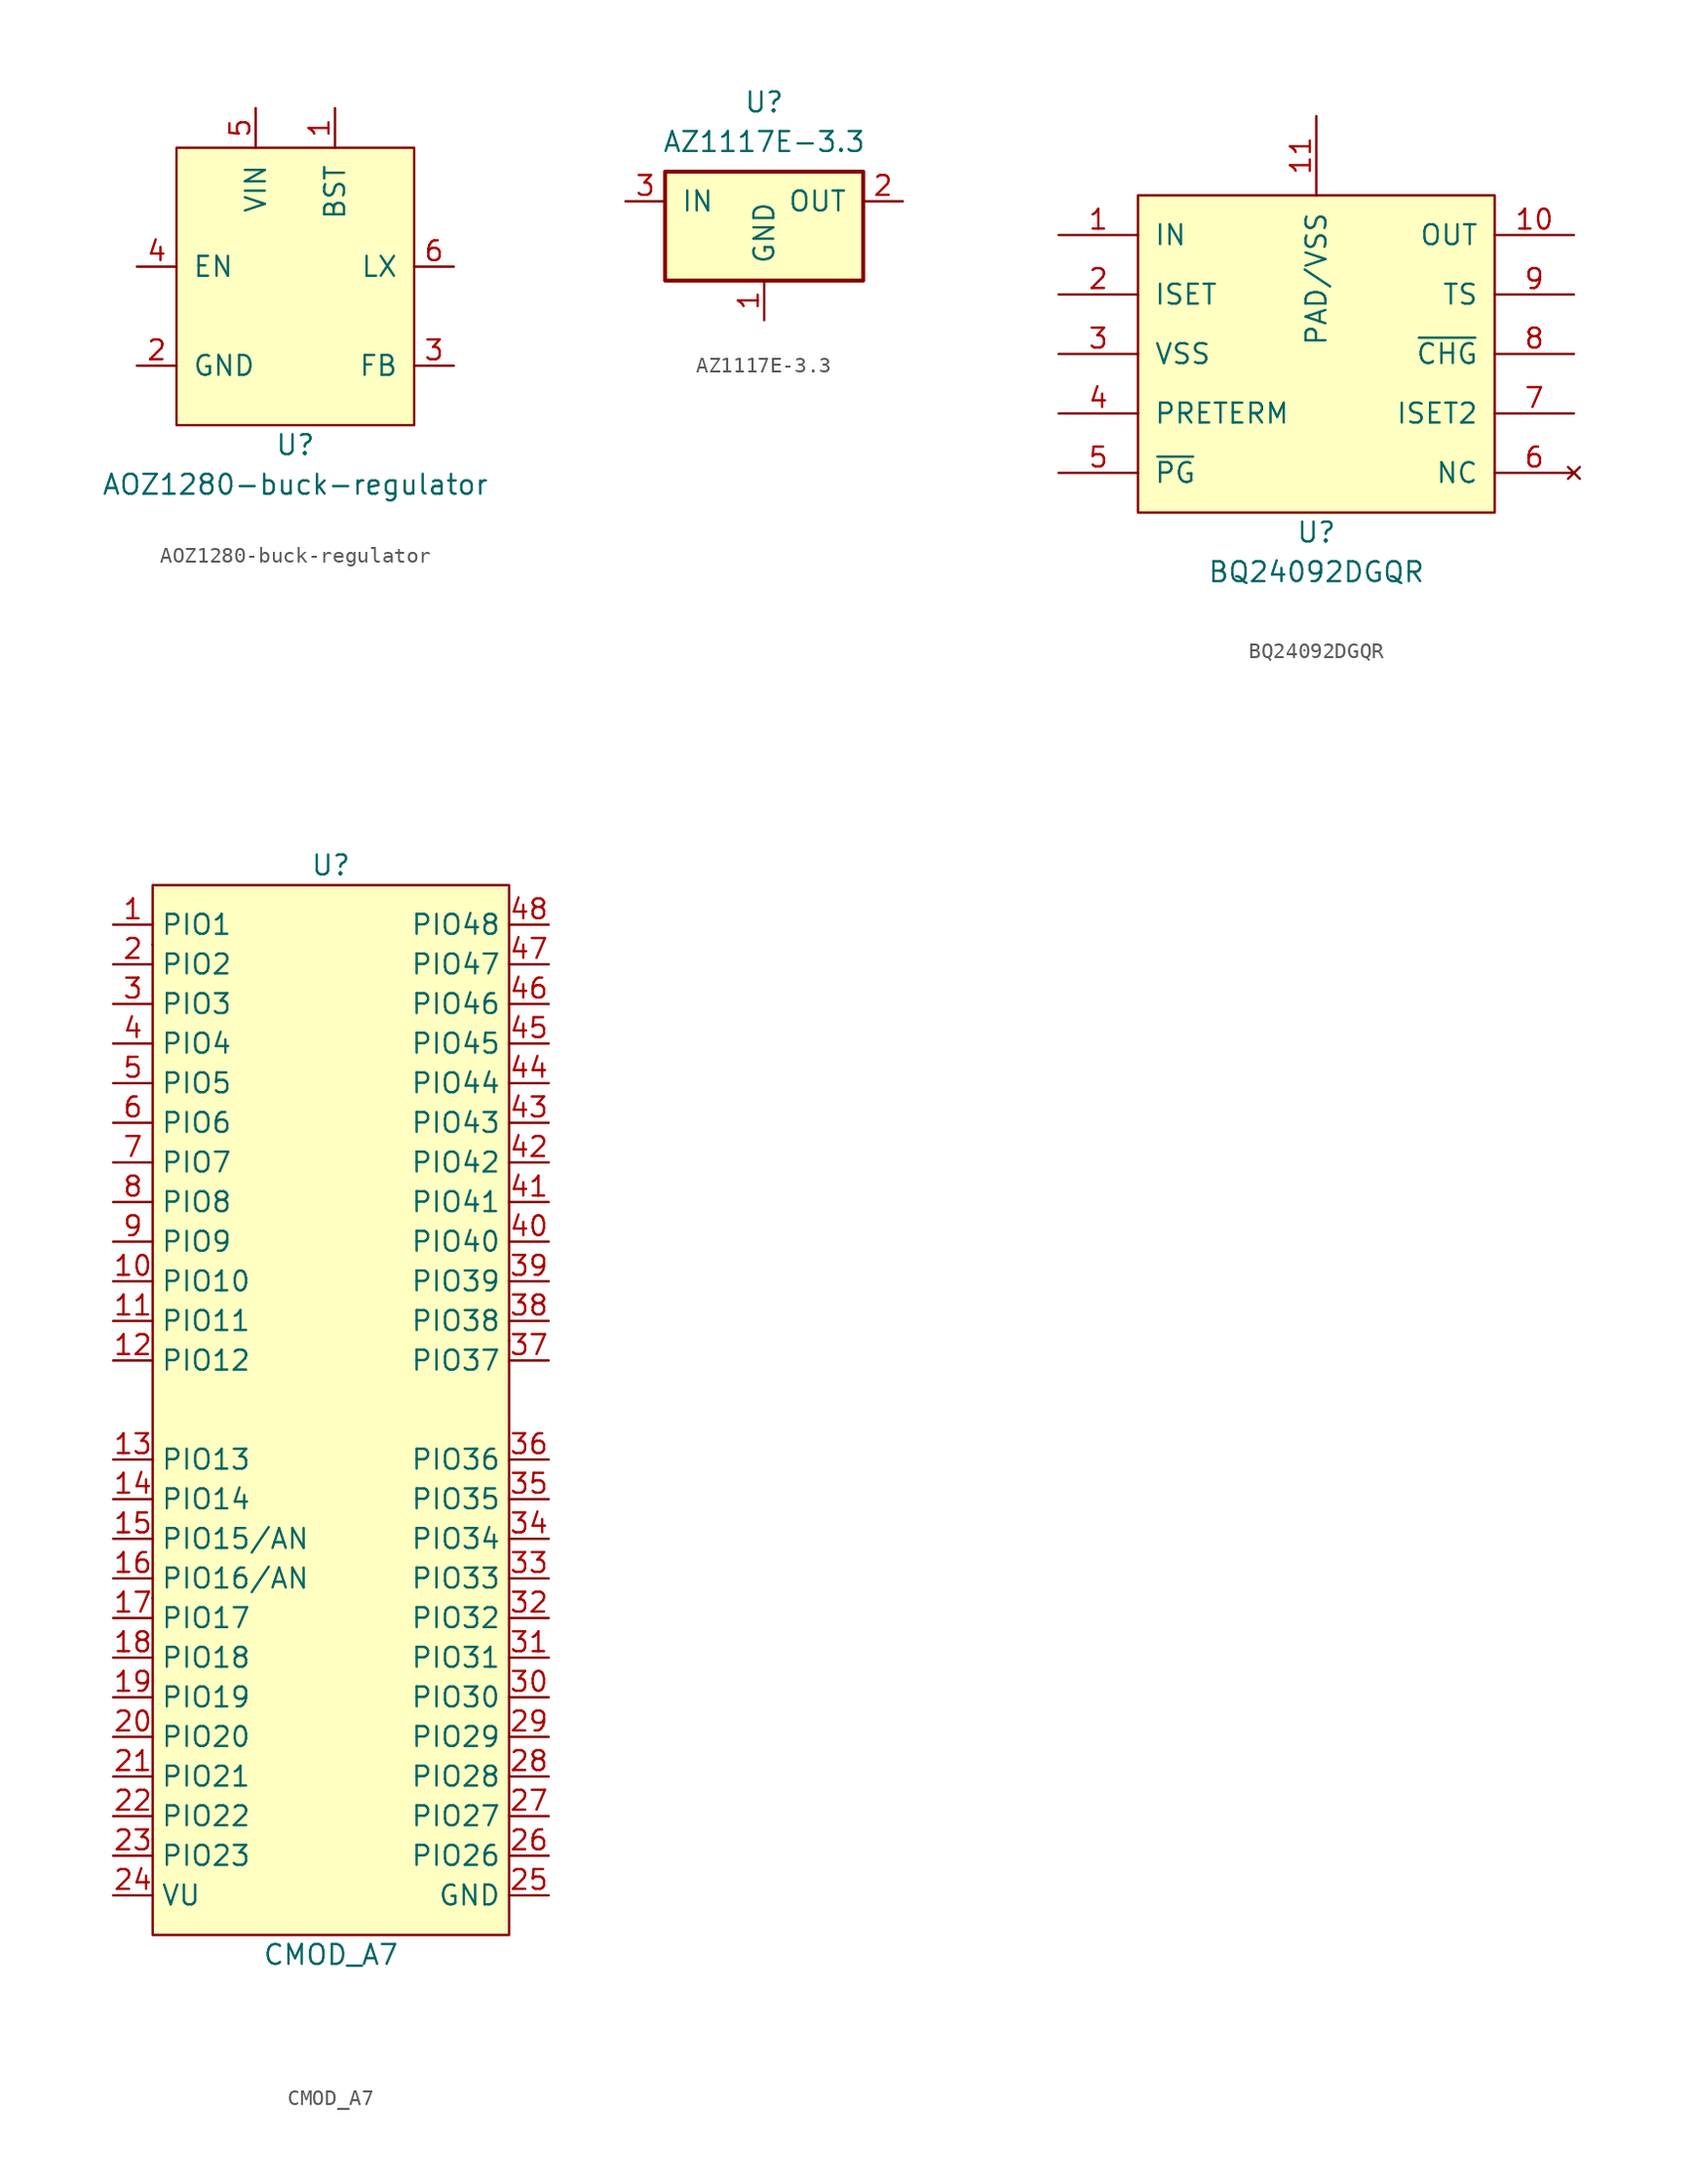
<source format=kicad_sym>
(kicad_symbol_lib
  (version 20211014)
  (generator kicad_symbol_editor)
  (symbol "AOZ1280-buck-regulator"
    (pin_names
      (offset 1.016))
    (property "Reference" "U"
      (at 0 -8.89 0)
      (effects (font (size 1.27 1.27))))
    (property "Value" "AOZ1280-buck-regulator"
      (at 0 -11.43 0)
      (effects (font (size 1.27 1.27))))
    (symbol "AOZ1280-buck-regulator_0_1"
      (rectangle (start 7.62 -7.62) (end -7.62 10.16) (stroke (width 0) (type default) (color 0 0 0 0)) (fill (type background))))
    (symbol "AOZ1280-buck-regulator_1_1"
      (pin input line (at 2.54 12.7 270) (length 2.54) (name "BST" (effects (font (size 1.27 1.27)))) (number "1" (effects (font (size 1.27 1.27)))))
      (pin power_in line (at -10.16 -3.81 0) (length 2.54) (name "GND" (effects (font (size 1.27 1.27)))) (number "2" (effects (font (size 1.27 1.27)))))
      (pin input line (at 10.16 -3.81 180) (length 2.54) (name "FB" (effects (font (size 1.27 1.27)))) (number "3" (effects (font (size 1.27 1.27)))))
      (pin input line (at -10.16 2.54 0) (length 2.54) (name "EN" (effects (font (size 1.27 1.27)))) (number "4" (effects (font (size 1.27 1.27)))))
      (pin power_in line (at -2.54 12.7 270) (length 2.54) (name "VIN" (effects (font (size 1.27 1.27)))) (number "5" (effects (font (size 1.27 1.27)))))
      (pin power_out line (at 10.16 2.54 180) (length 2.54) (name "LX" (effects (font (size 1.27 1.27)))) (number "6" (effects (font (size 1.27 1.27)))))))
  (symbol "AZ1117E-3.3"
    (pin_names
      (offset 1.016))
    (property "Reference" "U"
      (at 0 7.62 0)
      (effects (font (size 1.27 1.27))))
    (property "Value" "AZ1117E-3.3"
      (at 0 5.08 0)
      (effects (font (size 1.27 1.27))))
    (symbol "AZ1117E-3.3_1_1"
      (rectangle (start -6.35 3.175) (end 6.35 -3.81) (stroke (width 0.254) (type default) (color 0 0 0 0)) (fill (type background)))
      (pin power_in line (at 0 -6.35 90) (length 2.54) (name "GND" (effects (font (size 1.27 1.27)))) (number "1" (effects (font (size 1.27 1.27)))))
      (pin power_out line (at 8.89 1.27 180) (length 2.54) (name "OUT" (effects (font (size 1.27 1.27)))) (number "2" (effects (font (size 1.27 1.27)))))
      (pin power_in line (at -8.89 1.27 0) (length 2.54) (name "IN" (effects (font (size 1.27 1.27)))) (number "3" (effects (font (size 1.27 1.27)))))))
  (symbol "BQ24092DGQR"
    (pin_names
      (offset 1.016))
    (property "Reference" "U"
      (at 0 -11.43 0)
      (effects (font (size 1.27 1.27))))
    (property "Value" "BQ24092DGQR"
      (at 0 -13.97 0)
      (effects (font (size 1.27 1.27))))
    (symbol "BQ24092DGQR_0_1"
      (rectangle (start -11.43 10.16) (end 11.43 -10.16) (stroke (width 0) (type default) (color 0 0 0 0)) (fill (type background))))
    (symbol "BQ24092DGQR_1_1"
      (pin power_in line (at -16.51 7.62 0) (length 5.08) (name "IN" (effects (font (size 1.27 1.27)))) (number "1" (effects (font (size 1.27 1.27)))))
      (pin power_out line (at 16.51 7.62 180) (length 5.08) (name "OUT" (effects (font (size 1.27 1.27)))) (number "10" (effects (font (size 1.27 1.27)))))
      (pin power_in line (at 0 15.24 270) (length 5.08) (name "PAD/VSS" (effects (font (size 1.27 1.27)))) (number "11" (effects (font (size 1.27 1.27)))))
      (pin passive line (at -16.51 3.81 0) (length 5.08) (name "ISET" (effects (font (size 1.27 1.27)))) (number "2" (effects (font (size 1.27 1.27)))))
      (pin power_in line (at -16.51 0 0) (length 5.08) (name "VSS" (effects (font (size 1.27 1.27)))) (number "3" (effects (font (size 1.27 1.27)))))
      (pin passive line (at -16.51 -3.81 0) (length 5.08) (name "PRETERM" (effects (font (size 1.27 1.27)))) (number "4" (effects (font (size 1.27 1.27)))))
      (pin passive line (at -16.51 -7.62 0) (length 5.08) (name "~{PG}" (effects (font (size 1.27 1.27)))) (number "5" (effects (font (size 1.27 1.27)))))
      (pin no_connect line (at 16.51 -7.62 180) (length 5.08) (name "NC" (effects (font (size 1.27 1.27)))) (number "6" (effects (font (size 1.27 1.27)))))
      (pin passive line (at 16.51 -3.81 180) (length 5.08) (name "ISET2" (effects (font (size 1.27 1.27)))) (number "7" (effects (font (size 1.27 1.27)))))
      (pin passive line (at 16.51 0 180) (length 5.08) (name "~{CHG}" (effects (font (size 1.27 1.27)))) (number "8" (effects (font (size 1.27 1.27)))))
      (pin passive line (at 16.51 3.81 180) (length 5.08) (name "TS" (effects (font (size 1.27 1.27)))) (number "9" (effects (font (size 1.27 1.27)))))))
  (symbol "CMOD_A7"
    (property "Reference" "U"
      (at 0 34.29 0)
      (effects (font (size 1.27 1.27))))
    (property "Value" "CMOD_A7"
      (at 0 -35.56 0)
      (effects (font (size 1.27 1.27))))
    (symbol "CMOD_A7_0_1"
      (rectangle (start -11.43 -12.7) (end -11.43 -12.7) (stroke (width 0.152) (type default) (color 0 0 0 0)) (fill (type none)))
      (rectangle (start -11.43 -12.7) (end -11.43 -12.7) (stroke (width 0.152) (type default) (color 0 0 0 0)) (fill (type background)))
      (rectangle (start -11.43 29.21) (end -11.43 29.21) (stroke (width 0.152) (type default) (color 0 0 0 0)) (fill (type none)))
      (rectangle (start -11.43 29.21) (end -11.43 29.21) (stroke (width 0.152) (type default) (color 0 0 0 0)) (fill (type background)))
      (rectangle (start -11.43 33.02) (end 11.43 -34.29) (stroke (width 0.152) (type default) (color 0 0 0 0)) (fill (type background)))
      (rectangle (start 11.43 3.81) (end 11.43 3.81) (stroke (width 0.152) (type default) (color 0 0 0 0)) (fill (type none)))
      (rectangle (start 11.43 3.81) (end 11.43 3.81) (stroke (width 0.152) (type default) (color 0 0 0 0)) (fill (type background))))
    (symbol "CMOD_A7_1_1"
      (pin bidirectional line (at -13.97 30.48 0) (length 2.54) (name "PIO1" (effects (font (size 1.27 1.27)))) (number "1" (effects (font (size 1.27 1.27)))))
      (pin bidirectional line (at -13.97 7.62 0) (length 2.54) (name "PIO10" (effects (font (size 1.27 1.27)))) (number "10" (effects (font (size 1.27 1.27)))))
      (pin bidirectional line (at -13.97 5.08 0) (length 2.54) (name "PIO11" (effects (font (size 1.27 1.27)))) (number "11" (effects (font (size 1.27 1.27)))))
      (pin bidirectional line (at -13.97 2.54 0) (length 2.54) (name "PIO12" (effects (font (size 1.27 1.27)))) (number "12" (effects (font (size 1.27 1.27)))))
      (pin bidirectional line (at -13.97 -3.81 0) (length 2.54) (name "PIO13" (effects (font (size 1.27 1.27)))) (number "13" (effects (font (size 1.27 1.27)))))
      (pin bidirectional line (at -13.97 -6.35 0) (length 2.54) (name "PIO14" (effects (font (size 1.27 1.27)))) (number "14" (effects (font (size 1.27 1.27)))))
      (pin input line (at -13.97 -8.89 0) (length 2.54) (name "PIO15/AN" (effects (font (size 1.27 1.27)))) (number "15" (effects (font (size 1.27 1.27)))))
      (pin input line (at -13.97 -11.43 0) (length 2.54) (name "PIO16/AN" (effects (font (size 1.27 1.27)))) (number "16" (effects (font (size 1.27 1.27)))))
      (pin bidirectional line (at -13.97 -13.97 0) (length 2.54) (name "PIO17" (effects (font (size 1.27 1.27)))) (number "17" (effects (font (size 1.27 1.27)))))
      (pin bidirectional line (at -13.97 -16.51 0) (length 2.54) (name "PIO18" (effects (font (size 1.27 1.27)))) (number "18" (effects (font (size 1.27 1.27)))))
      (pin bidirectional line (at -13.97 -19.05 0) (length 2.54) (name "PIO19" (effects (font (size 1.27 1.27)))) (number "19" (effects (font (size 1.27 1.27)))))
      (pin bidirectional line (at -13.97 27.94 0) (length 2.54) (name "PIO2" (effects (font (size 1.27 1.27)))) (number "2" (effects (font (size 1.27 1.27)))))
      (pin bidirectional line (at -13.97 -21.59 0) (length 2.54) (name "PIO20" (effects (font (size 1.27 1.27)))) (number "20" (effects (font (size 1.27 1.27)))))
      (pin bidirectional line (at -13.97 -24.13 0) (length 2.54) (name "PIO21" (effects (font (size 1.27 1.27)))) (number "21" (effects (font (size 1.27 1.27)))))
      (pin bidirectional line (at -13.97 -26.67 0) (length 2.54) (name "PIO22" (effects (font (size 1.27 1.27)))) (number "22" (effects (font (size 1.27 1.27)))))
      (pin bidirectional line (at -13.97 -29.21 0) (length 2.54) (name "PIO23" (effects (font (size 1.27 1.27)))) (number "23" (effects (font (size 1.27 1.27)))))
      (pin power_in line (at -13.97 -31.75 0) (length 2.54) (name "VU" (effects (font (size 1.27 1.27)))) (number "24" (effects (font (size 1.27 1.27)))))
      (pin power_in line (at 13.97 -31.75 180) (length 2.54) (name "GND" (effects (font (size 1.27 1.27)))) (number "25" (effects (font (size 1.27 1.27)))))
      (pin bidirectional line (at 13.97 -29.21 180) (length 2.54) (name "PIO26" (effects (font (size 1.27 1.27)))) (number "26" (effects (font (size 1.27 1.27)))))
      (pin bidirectional line (at 13.97 -26.67 180) (length 2.54) (name "PIO27" (effects (font (size 1.27 1.27)))) (number "27" (effects (font (size 1.27 1.27)))))
      (pin bidirectional line (at 13.97 -24.13 180) (length 2.54) (name "PIO28" (effects (font (size 1.27 1.27)))) (number "28" (effects (font (size 1.27 1.27)))))
      (pin bidirectional line (at 13.97 -21.59 180) (length 2.54) (name "PIO29" (effects (font (size 1.27 1.27)))) (number "29" (effects (font (size 1.27 1.27)))))
      (pin bidirectional line (at -13.97 25.4 0) (length 2.54) (name "PIO3" (effects (font (size 1.27 1.27)))) (number "3" (effects (font (size 1.27 1.27)))))
      (pin bidirectional line (at 13.97 -19.05 180) (length 2.54) (name "PIO30" (effects (font (size 1.27 1.27)))) (number "30" (effects (font (size 1.27 1.27)))))
      (pin bidirectional line (at 13.97 -16.51 180) (length 2.54) (name "PIO31" (effects (font (size 1.27 1.27)))) (number "31" (effects (font (size 1.27 1.27)))))
      (pin input line (at 13.97 -13.97 180) (length 2.54) (name "PIO32" (effects (font (size 1.27 1.27)))) (number "32" (effects (font (size 1.27 1.27)))))
      (pin input line (at 13.97 -11.43 180) (length 2.54) (name "PIO33" (effects (font (size 1.27 1.27)))) (number "33" (effects (font (size 1.27 1.27)))))
      (pin input line (at 13.97 -8.89 180) (length 2.54) (name "PIO34" (effects (font (size 1.27 1.27)))) (number "34" (effects (font (size 1.27 1.27)))))
      (pin input line (at 13.97 -6.35 180) (length 2.54) (name "PIO35" (effects (font (size 1.27 1.27)))) (number "35" (effects (font (size 1.27 1.27)))))
      (pin input line (at 13.97 -3.81 180) (length 2.54) (name "PIO36" (effects (font (size 1.27 1.27)))) (number "36" (effects (font (size 1.27 1.27)))))
      (pin bidirectional line (at 13.97 2.54 180) (length 2.54) (name "PIO37" (effects (font (size 1.27 1.27)))) (number "37" (effects (font (size 1.27 1.27)))))
      (pin bidirectional line (at 13.97 5.08 180) (length 2.54) (name "PIO38" (effects (font (size 1.27 1.27)))) (number "38" (effects (font (size 1.27 1.27)))))
      (pin bidirectional line (at 13.97 7.62 180) (length 2.54) (name "PIO39" (effects (font (size 1.27 1.27)))) (number "39" (effects (font (size 1.27 1.27)))))
      (pin bidirectional line (at -13.97 22.86 0) (length 2.54) (name "PIO4" (effects (font (size 1.27 1.27)))) (number "4" (effects (font (size 1.27 1.27)))))
      (pin bidirectional line (at 13.97 10.16 180) (length 2.54) (name "PIO40" (effects (font (size 1.27 1.27)))) (number "40" (effects (font (size 1.27 1.27)))))
      (pin bidirectional line (at 13.97 12.7 180) (length 2.54) (name "PIO41" (effects (font (size 1.27 1.27)))) (number "41" (effects (font (size 1.27 1.27)))))
      (pin bidirectional line (at 13.97 15.24 180) (length 2.54) (name "PIO42" (effects (font (size 1.27 1.27)))) (number "42" (effects (font (size 1.27 1.27)))))
      (pin bidirectional line (at 13.97 17.78 180) (length 2.54) (name "PIO43" (effects (font (size 1.27 1.27)))) (number "43" (effects (font (size 1.27 1.27)))))
      (pin bidirectional line (at 13.97 20.32 180) (length 2.54) (name "PIO44" (effects (font (size 1.27 1.27)))) (number "44" (effects (font (size 1.27 1.27)))))
      (pin bidirectional line (at 13.97 22.86 180) (length 2.54) (name "PIO45" (effects (font (size 1.27 1.27)))) (number "45" (effects (font (size 1.27 1.27)))))
      (pin bidirectional line (at 13.97 25.4 180) (length 2.54) (name "PIO46" (effects (font (size 1.27 1.27)))) (number "46" (effects (font (size 1.27 1.27)))))
      (pin bidirectional line (at 13.97 27.94 180) (length 2.54) (name "PIO47" (effects (font (size 1.27 1.27)))) (number "47" (effects (font (size 1.27 1.27)))))
      (pin bidirectional line (at 13.97 30.48 180) (length 2.54) (name "PIO48" (effects (font (size 1.27 1.27)))) (number "48" (effects (font (size 1.27 1.27)))))
      (pin bidirectional line (at -13.97 20.32 0) (length 2.54) (name "PIO5" (effects (font (size 1.27 1.27)))) (number "5" (effects (font (size 1.27 1.27)))))
      (pin bidirectional line (at -13.97 17.78 0) (length 2.54) (name "PIO6" (effects (font (size 1.27 1.27)))) (number "6" (effects (font (size 1.27 1.27)))))
      (pin bidirectional line (at -13.97 15.24 0) (length 2.54) (name "PIO7" (effects (font (size 1.27 1.27)))) (number "7" (effects (font (size 1.27 1.27)))))
      (pin bidirectional line (at -13.97 12.7 0) (length 2.54) (name "PIO8" (effects (font (size 1.27 1.27)))) (number "8" (effects (font (size 1.27 1.27)))))
      (pin bidirectional line (at -13.97 10.16 0) (length 2.54) (name "PIO9" (effects (font (size 1.27 1.27)))) (number "9" (effects (font (size 1.27 1.27))))))))
</source>
